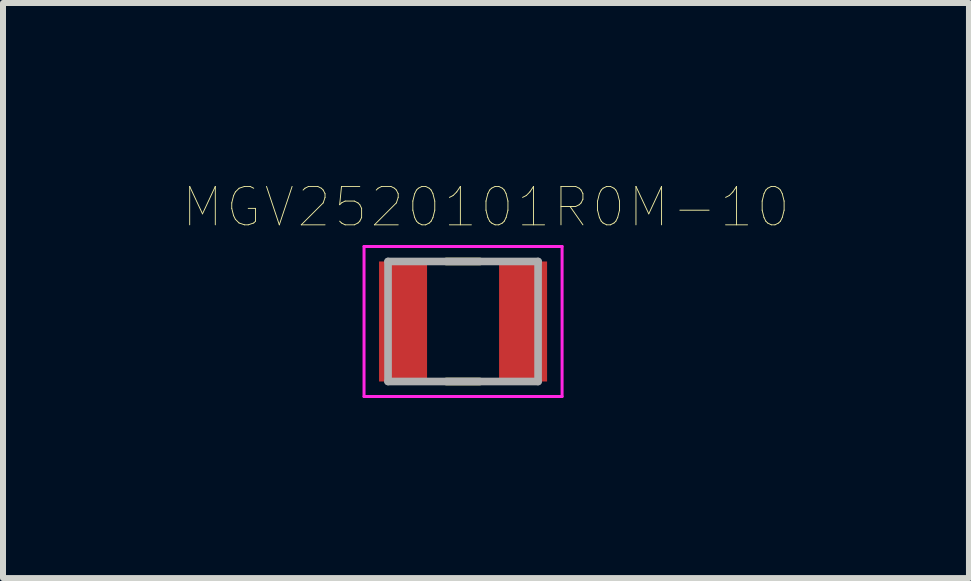
<source format=kicad_pcb>
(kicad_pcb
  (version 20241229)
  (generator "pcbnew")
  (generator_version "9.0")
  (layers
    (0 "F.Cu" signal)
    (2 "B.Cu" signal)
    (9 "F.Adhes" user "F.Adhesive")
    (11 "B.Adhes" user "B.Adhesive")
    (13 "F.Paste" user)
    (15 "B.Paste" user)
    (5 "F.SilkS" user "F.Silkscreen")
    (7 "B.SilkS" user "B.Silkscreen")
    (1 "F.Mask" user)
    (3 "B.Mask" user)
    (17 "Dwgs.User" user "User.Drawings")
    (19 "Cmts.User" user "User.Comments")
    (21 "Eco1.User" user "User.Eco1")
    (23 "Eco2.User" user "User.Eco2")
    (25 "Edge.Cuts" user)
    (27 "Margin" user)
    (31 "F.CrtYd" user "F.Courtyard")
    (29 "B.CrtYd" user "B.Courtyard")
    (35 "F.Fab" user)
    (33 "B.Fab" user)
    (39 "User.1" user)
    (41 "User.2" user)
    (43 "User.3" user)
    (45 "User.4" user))
  (footprint "MGV2520101R0M-10"
    (layer "F.Cu")
    (at 4.666 2.307)
    (property "Reference" "MGV2520101R0M-10" (at 0.382 -1.906 0) (layer "F.SilkS") (effects (font (size 0.64 0.64) (thickness 0.015))))
    (attr through_hole)
    (fp_line (start -0.28 -1) (end 0.28 -1) (stroke (width 0.127) (type solid)) (layer "F.SilkS"))
    (fp_line (start -0.28 1) (end 0.28 1) (stroke (width 0.127) (type solid)) (layer "F.SilkS"))
    (fp_line (start -1.65 -1.25) (end -1.65 1.25) (stroke (width 0.05) (type solid)) (layer "F.CrtYd"))
    (fp_line (start -1.65 1.25) (end 1.65 1.25) (stroke (width 0.05) (type solid)) (layer "F.CrtYd"))
    (fp_line (start 1.65 -1.25) (end -1.65 -1.25) (stroke (width 0.05) (type solid)) (layer "F.CrtYd"))
    (fp_line (start 1.65 1.25) (end 1.65 -1.25) (stroke (width 0.05) (type solid)) (layer "F.CrtYd"))
    (fp_line (start -1.25 -1) (end -1.25 1) (stroke (width 0.127) (type solid)) (layer "F.Fab"))
    (fp_line (start -1.25 -1) (end 1.25 -1) (stroke (width 0.127) (type solid)) (layer "F.Fab"))
    (fp_line (start -1.25 1) (end 1.25 1) (stroke (width 0.127) (type solid)) (layer "F.Fab"))
    (fp_line (start 1.25 -1) (end 1.25 1) (stroke (width 0.127) (type solid)) (layer "F.Fab"))
    (pad "1" smd rect (at -1 0) (size 0.8 2) (layers "F.Cu" "F.Mask" "F.Paste"))
    (pad "2" smd rect (at 1 0) (size 0.8 2) (layers "F.Cu" "F.Mask" "F.Paste")))
  (gr_rect
    (start -3 -3)
    (end 13.096 6.582)
    (stroke (width 0.1) (type default))
    (fill no)
    (layer "Edge.Cuts")))
</source>
